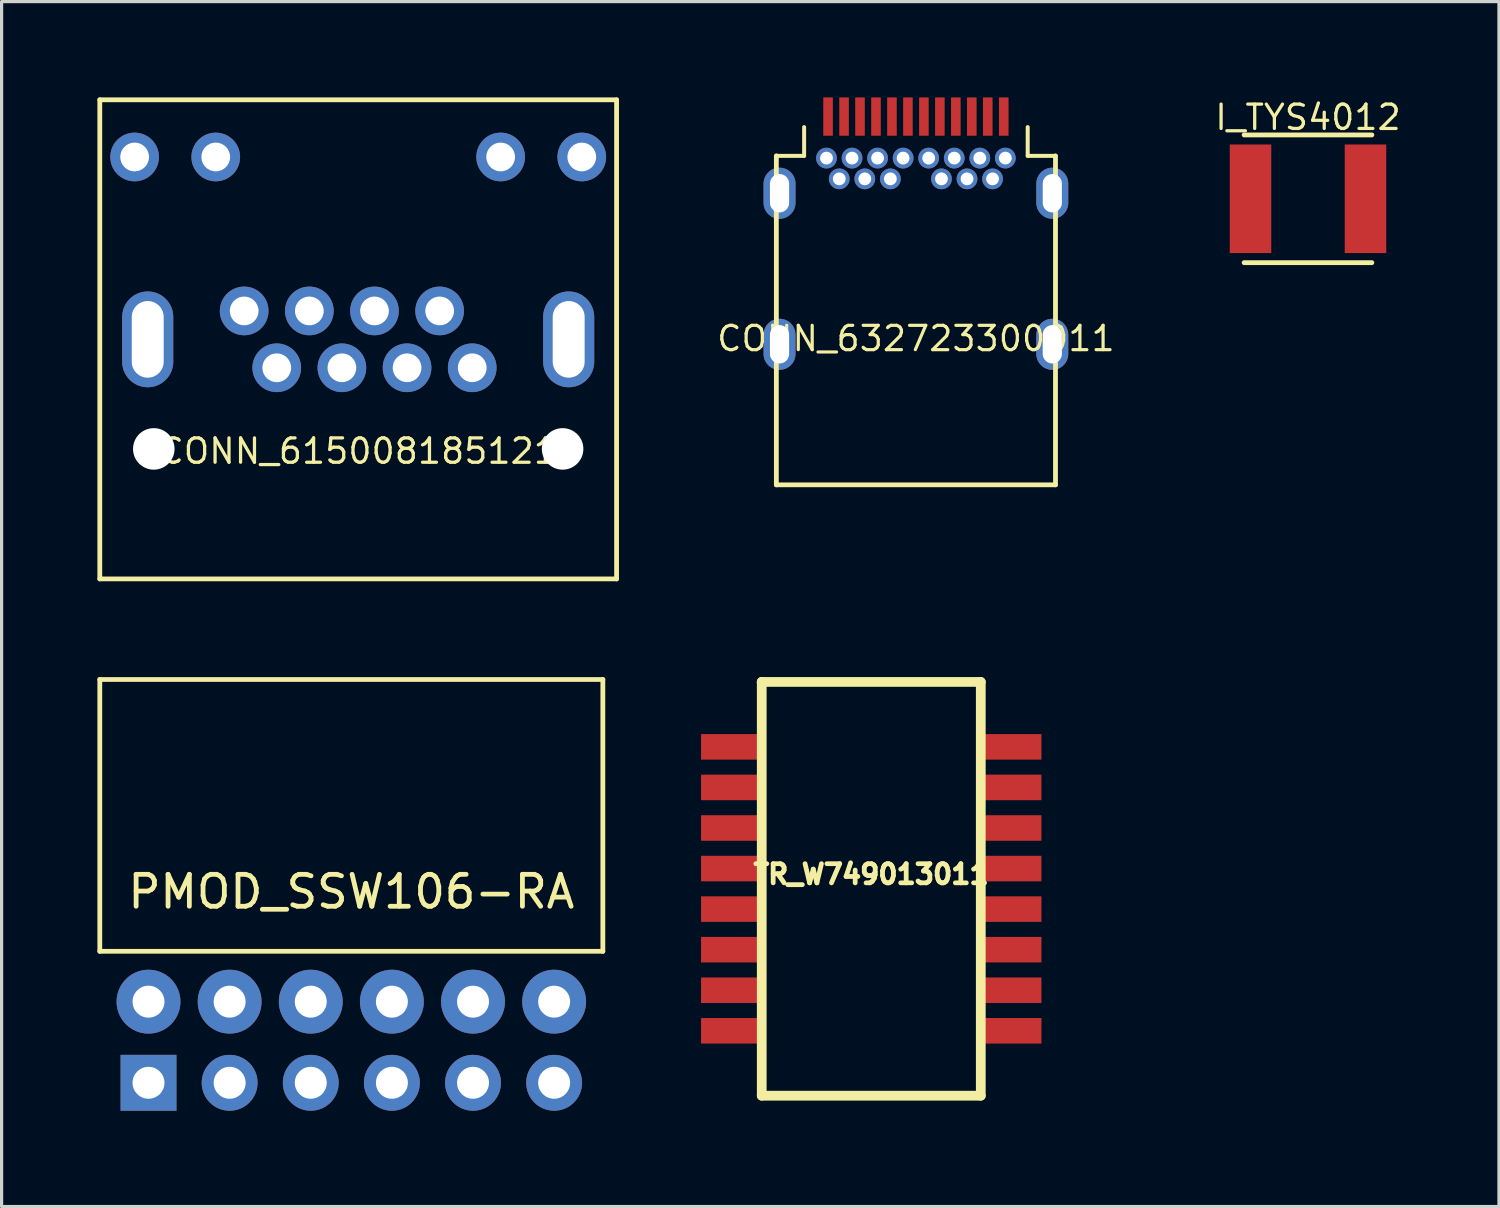
<source format=kicad_pcb>
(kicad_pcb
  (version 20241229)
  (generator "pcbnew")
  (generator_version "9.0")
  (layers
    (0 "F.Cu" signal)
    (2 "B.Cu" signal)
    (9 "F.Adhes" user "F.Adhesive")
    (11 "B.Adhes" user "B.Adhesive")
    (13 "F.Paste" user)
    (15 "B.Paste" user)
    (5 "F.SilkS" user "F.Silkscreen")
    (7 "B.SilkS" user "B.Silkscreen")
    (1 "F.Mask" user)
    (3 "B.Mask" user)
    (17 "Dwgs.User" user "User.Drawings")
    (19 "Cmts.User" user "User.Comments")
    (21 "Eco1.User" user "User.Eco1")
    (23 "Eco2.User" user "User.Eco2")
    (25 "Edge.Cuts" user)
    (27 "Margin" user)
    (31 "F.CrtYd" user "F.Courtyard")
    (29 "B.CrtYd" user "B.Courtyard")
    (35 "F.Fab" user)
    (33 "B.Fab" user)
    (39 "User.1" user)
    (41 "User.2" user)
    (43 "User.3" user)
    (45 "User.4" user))
  (footprint "I_TYS4012"
    (layer "F.Cu")
    (at 37.903 3.174)
    (property "Reference" "I_TYS4012" (at 0 -2.55 0) (layer "F.SilkS") (effects (font (size 0.762 0.762) (thickness 0.102))))
    (attr through_hole)
    (fp_line (start -2 -2) (end 2 -2) (stroke (width 0.15) (type solid)) (layer "F.SilkS"))
    (fp_line (start -2 2) (end 2 2) (stroke (width 0.15) (type solid)) (layer "F.SilkS"))
    (pad "1" smd rect (at -1.8 0) (size 1.3 3.4) (layers "F.Cu" "F.Mask" "F.Paste"))
    (pad "2" smd rect (at 1.8 0) (size 1.3 3.4) (layers "F.Cu" "F.Mask" "F.Paste")))
  (footprint "PMOD_SSW106-RA"
    (layer "F.Cu")
    (at 7.95 29.582)
    (property "Reference" "PMOD_SSW106-RA" (at 0 -4.712 0) (layer "F.SilkS") (effects (font (size 1 1) (thickness 0.15))))
    (attr through_hole)
    (fp_line (start -7.875 -11.357) (end -7.875 -2.847) (stroke (width 0.15) (type solid)) (layer "F.SilkS"))
    (fp_line (start -7.875 -11.357) (end 7.875 -11.357) (stroke (width 0.15) (type solid)) (layer "F.SilkS"))
    (fp_line (start -7.875 -2.847) (end 7.875 -2.847) (stroke (width 0.15) (type solid)) (layer "F.SilkS"))
    (fp_line (start 7.875 -11.357) (end 7.875 -2.847) (stroke (width 0.15) (type solid)) (layer "F.SilkS"))
    (pad "1" thru_hole rect (at -6.35 1.27) (size 1.75 1.75) (drill 1) (layers "*.Cu" "*.Mask"))
    (pad "2" thru_hole circle (at -3.81 1.27) (size 1.75 1.75) (drill 1) (layers "*.Cu" "*.Mask"))
    (pad "3" thru_hole circle (at -1.27 1.27) (size 1.75 1.75) (drill 1) (layers "*.Cu" "*.Mask"))
    (pad "4" thru_hole circle (at 1.27 1.27) (size 1.75 1.75) (drill 1) (layers "*.Cu" "*.Mask"))
    (pad "5" thru_hole circle (at 3.81 1.27) (size 1.75 1.75) (drill 1) (layers "*.Cu" "*.Mask"))
    (pad "6" thru_hole circle (at 6.35 1.27) (size 1.75 1.75) (drill 1) (layers "*.Cu" "*.Mask"))
    (pad "7" thru_hole circle (at -6.35 -1.27) (size 2 2) (drill 1) (layers "*.Cu" "*.Mask"))
    (pad "8" thru_hole circle (at -3.81 -1.27) (size 2 2) (drill 1) (layers "*.Cu" "*.Mask"))
    (pad "9" thru_hole circle (at -1.27 -1.27) (size 2 2) (drill 1) (layers "*.Cu" "*.Mask"))
    (pad "10" thru_hole circle (at 1.27 -1.27) (size 2 2) (drill 1) (layers "*.Cu" "*.Mask"))
    (pad "11" thru_hole circle (at 3.81 -1.27) (size 2 2) (drill 1) (layers "*.Cu" "*.Mask"))
    (pad "12" thru_hole circle (at 6.35 -1.27) (size 2 2) (drill 1) (layers "*.Cu" "*.Mask")))
  (footprint "CONN_632723300011"
    (layer "F.Cu")
    (at 25.627 2.55)
    (property "Reference" "CONN_632723300011" (at 0 5 0) (layer "F.SilkS") (effects (font (size 0.762 0.762) (thickness 0.1))))
    (attr through_hole)
    (fp_line (start -4.37 -0.72) (end -4.37 9.58) (stroke (width 0.15) (type solid)) (layer "F.SilkS"))
    (fp_line (start -4.37 -0.72) (end -3.5 -0.72) (stroke (width 0.125) (type solid)) (layer "F.SilkS"))
    (fp_line (start -4.37 9.58) (end 4.37 9.58) (stroke (width 0.15) (type solid)) (layer "F.SilkS"))
    (fp_line (start -3.5 -1.62) (end -3.5 -0.72) (stroke (width 0.125) (type solid)) (layer "F.SilkS"))
    (fp_line (start 3.5 -0.72) (end 3.5 -1.62) (stroke (width 0.125) (type solid)) (layer "F.SilkS"))
    (fp_line (start 4.37 -0.72) (end 3.5 -0.72) (stroke (width 0.125) (type solid)) (layer "F.SilkS"))
    (fp_line (start 4.37 -0.72) (end 4.37 9.58) (stroke (width 0.15) (type solid)) (layer "F.SilkS"))
    (pad "A1" smd rect (at -2.75 -1.95) (size 0.3 1.2) (layers "F.Cu" "F.Mask" "F.Paste"))
    (pad "A2" smd rect (at -2.25 -1.95) (size 0.3 1.2) (layers "F.Cu" "F.Mask" "F.Paste"))
    (pad "A3" smd rect (at -1.75 -1.95) (size 0.3 1.2) (layers "F.Cu" "F.Mask" "F.Paste"))
    (pad "A4" smd rect (at -1.25 -1.95) (size 0.3 1.2) (layers "F.Cu" "F.Mask" "F.Paste"))
    (pad "A5" smd rect (at -0.75 -1.95) (size 0.3 1.2) (layers "F.Cu" "F.Mask" "F.Paste"))
    (pad "A6" smd rect (at -0.25 -1.95) (size 0.3 1.2) (layers "F.Cu" "F.Mask" "F.Paste"))
    (pad "A7" smd rect (at 0.25 -1.95) (size 0.3 1.2) (layers "F.Cu" "F.Mask" "F.Paste"))
    (pad "A8" smd rect (at 0.75 -1.95) (size 0.3 1.2) (layers "F.Cu" "F.Mask" "F.Paste"))
    (pad "A9" smd rect (at 1.25 -1.95) (size 0.3 1.2) (layers "F.Cu" "F.Mask" "F.Paste"))
    (pad "A10" smd rect (at 1.75 -1.95) (size 0.3 1.2) (layers "F.Cu" "F.Mask" "F.Paste"))
    (pad "A11" smd rect (at 2.25 -1.95) (size 0.3 1.2) (layers "F.Cu" "F.Mask" "F.Paste"))
    (pad "A12" smd rect (at 2.75 -1.95) (size 0.3 1.2) (layers "F.Cu" "F.Mask" "F.Paste"))
    (pad "B1" thru_hole circle (at 2.8 -0.65) (size 0.65 0.65) (drill 0.4) (layers "*.Cu" "*.Mask"))
    (pad "B2" thru_hole circle (at 2.4 0) (size 0.65 0.65) (drill 0.4) (layers "*.Cu" "*.Mask"))
    (pad "B3" thru_hole circle (at 1.6 0) (size 0.65 0.65) (drill 0.4) (layers "*.Cu" "*.Mask"))
    (pad "B4" thru_hole circle (at 1.2 -0.65) (size 0.65 0.65) (drill 0.4) (layers "*.Cu" "*.Mask"))
    (pad "B5" thru_hole circle (at 0.8 0) (size 0.65 0.65) (drill 0.4) (layers "*.Cu" "*.Mask"))
    (pad "B6" thru_hole circle (at 0.4 -0.65) (size 0.65 0.65) (drill 0.4) (layers "*.Cu" "*.Mask"))
    (pad "B7" thru_hole circle (at -0.4 -0.65) (size 0.65 0.65) (drill 0.4) (layers "*.Cu" "*.Mask"))
    (pad "B8" thru_hole circle (at -0.8 0) (size 0.65 0.65) (drill 0.4) (layers "*.Cu" "*.Mask"))
    (pad "B9" thru_hole circle (at -1.2 -0.65) (size 0.65 0.65) (drill 0.4) (layers "*.Cu" "*.Mask"))
    (pad "B10" thru_hole circle (at -1.6 0) (size 0.65 0.65) (drill 0.4) (layers "*.Cu" "*.Mask"))
    (pad "B11" thru_hole circle (at -2.4 0) (size 0.65 0.65) (drill 0.4) (layers "*.Cu" "*.Mask"))
    (pad "B12" thru_hole circle (at -2.8 -0.65) (size 0.65 0.65) (drill 0.4) (layers "*.Cu" "*.Mask"))
    (pad "SHLD" thru_hole oval (at -4.27 0.45) (size 1 1.6) (drill oval 0.6 1.2) (layers "*.Cu" "*.Mask"))
    (pad "SHLD" thru_hole oval (at -4.27 5.18) (size 1 1.6) (drill oval 0.6 1.2) (layers "*.Cu" "*.Mask"))
    (pad "SHLD" thru_hole circle (at -2 -0.65) (size 0.65 0.65) (drill 0.4) (layers "*.Cu" "*.Mask"))
    (pad "SHLD" thru_hole circle (at 2 -0.65) (size 0.65 0.65) (drill 0.4) (layers "*.Cu" "*.Mask"))
    (pad "SHLD" thru_hole oval (at 4.27 0.45) (size 1 1.6) (drill oval 0.6 1.2) (layers "*.Cu" "*.Mask"))
    (pad "SHLD" thru_hole oval (at 4.27 5.18) (size 1 1.6) (drill oval 0.6 1.2) (layers "*.Cu" "*.Mask")))
  (footprint "CONN_615008185121"
    (layer "F.Cu")
    (at 8.165 7.575)
    (property "Reference" "CONN_615008185121" (at 0 3.5 0) (layer "F.SilkS") (effects (font (size 0.762 0.762) (thickness 0.102))))
    (attr through_hole)
    (fp_line (start -8.09 -7.5) (end 8.09 -7.5) (stroke (width 0.15) (type solid)) (layer "F.SilkS"))
    (fp_line (start -8.09 7.5) (end -8.09 -7.5) (stroke (width 0.15) (type solid)) (layer "F.SilkS"))
    (fp_line (start 8.09 -7.5) (end 8.09 7.5) (stroke (width 0.15) (type solid)) (layer "F.SilkS"))
    (fp_line (start 8.09 7.5) (end -8.09 7.5) (stroke (width 0.15) (type solid)) (layer "F.SilkS"))
    (pad "" np_thru_hole circle (at -6.4 3.43) (size 1.3 1.3) (drill 1.3) (layers "*.Cu" "*.Mask"))
    (pad "" np_thru_hole circle (at 6.4 3.43) (size 1.3 1.3) (drill 1.3) (layers "*.Cu" "*.Mask"))
    (pad "1" thru_hole circle (at 3.57 0.89) (size 1.524 1.524) (drill 0.9) (layers "*.Cu" "*.Mask"))
    (pad "2" thru_hole circle (at 2.55 -0.89) (size 1.524 1.524) (drill 0.9) (layers "*.Cu" "*.Mask"))
    (pad "3" thru_hole circle (at 1.53 0.89) (size 1.524 1.524) (drill 0.9) (layers "*.Cu" "*.Mask"))
    (pad "4" thru_hole circle (at 0.51 -0.89) (size 1.524 1.524) (drill 0.9) (layers "*.Cu" "*.Mask"))
    (pad "5" thru_hole circle (at -0.51 0.89) (size 1.524 1.524) (drill 0.9) (layers "*.Cu" "*.Mask"))
    (pad "6" thru_hole circle (at -1.53 -0.89) (size 1.524 1.524) (drill 0.9) (layers "*.Cu" "*.Mask"))
    (pad "7" thru_hole circle (at -2.55 0.89) (size 1.524 1.524) (drill 0.9) (layers "*.Cu" "*.Mask"))
    (pad "8" thru_hole circle (at -3.57 -0.89) (size 1.524 1.524) (drill 0.9) (layers "*.Cu" "*.Mask"))
    (pad "9" thru_hole circle (at 7 -5.71) (size 1.524 1.524) (drill 0.9) (layers "*.Cu" "*.Mask"))
    (pad "10" thru_hole circle (at 4.46 -5.71) (size 1.524 1.524) (drill 0.9) (layers "*.Cu" "*.Mask"))
    (pad "11" thru_hole circle (at -4.46 -5.71) (size 1.524 1.524) (drill 0.9) (layers "*.Cu" "*.Mask"))
    (pad "12" thru_hole circle (at -7 -5.71) (size 1.524 1.524) (drill 0.9) (layers "*.Cu" "*.Mask"))
    (pad "SHLD" thru_hole oval (at -6.59 0) (size 1.6 3) (drill oval 1 2.4) (layers "*.Cu" "*.Mask"))
    (pad "SHLD" thru_hole oval (at 6.59 0) (size 1.6 3) (drill oval 1 2.4) (layers "*.Cu" "*.Mask")))
  (footprint "TR_W749013011"
    (layer "F.Cu")
    (at 24.229 24.779)
    (property "Reference" "TR_W749013011" (at -0.005 -0.457 0) (layer "F.SilkS") (effects (font (size 0.599 0.599) (thickness 0.15))))
    (attr through_hole)
    (fp_line (start -3.429 -6.477) (end -3.429 -6.452) (stroke (width 0.305) (type solid)) (layer "F.SilkS"))
    (fp_line (start -3.429 -6.477) (end 3.429 -6.477) (stroke (width 0.305) (type solid)) (layer "F.SilkS"))
    (fp_line (start -3.429 6.477) (end -3.429 -6.477) (stroke (width 0.305) (type solid)) (layer "F.SilkS"))
    (fp_line (start 3.429 -6.477) (end 3.429 6.477) (stroke (width 0.305) (type solid)) (layer "F.SilkS"))
    (fp_line (start 3.429 6.477) (end -3.429 6.477) (stroke (width 0.305) (type solid)) (layer "F.SilkS"))
    (pad "1" smd rect (at -4.379 -4.445) (size 1.9 0.8) (layers "F.Cu" "F.Mask" "F.Paste"))
    (pad "2" smd rect (at -4.379 -3.175) (size 1.9 0.8) (layers "F.Cu" "F.Mask" "F.Paste"))
    (pad "3" smd rect (at -4.379 -1.905) (size 1.9 0.8) (layers "F.Cu" "F.Mask" "F.Paste"))
    (pad "4" smd rect (at -4.379 -0.635) (size 1.9 0.8) (layers "F.Cu" "F.Mask" "F.Paste"))
    (pad "5" smd rect (at -4.379 0.635) (size 1.9 0.8) (layers "F.Cu" "F.Mask" "F.Paste"))
    (pad "6" smd rect (at -4.379 1.905) (size 1.9 0.8) (layers "F.Cu" "F.Mask" "F.Paste"))
    (pad "7" smd rect (at -4.379 3.175) (size 1.9 0.8) (layers "F.Cu" "F.Mask" "F.Paste"))
    (pad "8" smd rect (at -4.379 4.445) (size 1.9 0.8) (layers "F.Cu" "F.Mask" "F.Paste"))
    (pad "9" smd rect (at 4.379 4.445) (size 1.9 0.8) (layers "F.Cu" "F.Mask" "F.Paste"))
    (pad "10" smd rect (at 4.379 3.175) (size 1.9 0.8) (layers "F.Cu" "F.Mask" "F.Paste"))
    (pad "11" smd rect (at 4.379 1.905) (size 1.9 0.8) (layers "F.Cu" "F.Mask" "F.Paste"))
    (pad "12" smd rect (at 4.379 0.635) (size 1.9 0.8) (layers "F.Cu" "F.Mask" "F.Paste"))
    (pad "13" smd rect (at 4.379 -0.635) (size 1.9 0.8) (layers "F.Cu" "F.Mask" "F.Paste"))
    (pad "14" smd rect (at 4.379 -1.905) (size 1.9 0.8) (layers "F.Cu" "F.Mask" "F.Paste"))
    (pad "15" smd rect (at 4.379 -3.175) (size 1.9 0.8) (layers "F.Cu" "F.Mask" "F.Paste"))
    (pad "16" smd rect (at 4.379 -4.445) (size 1.9 0.8) (layers "F.Cu" "F.Mask" "F.Paste")))
  (gr_rect
    (start -3 -3)
    (end 43.882 34.727)
    (stroke (width 0.1) (type default))
    (fill no)
    (layer "Edge.Cuts")))
</source>
